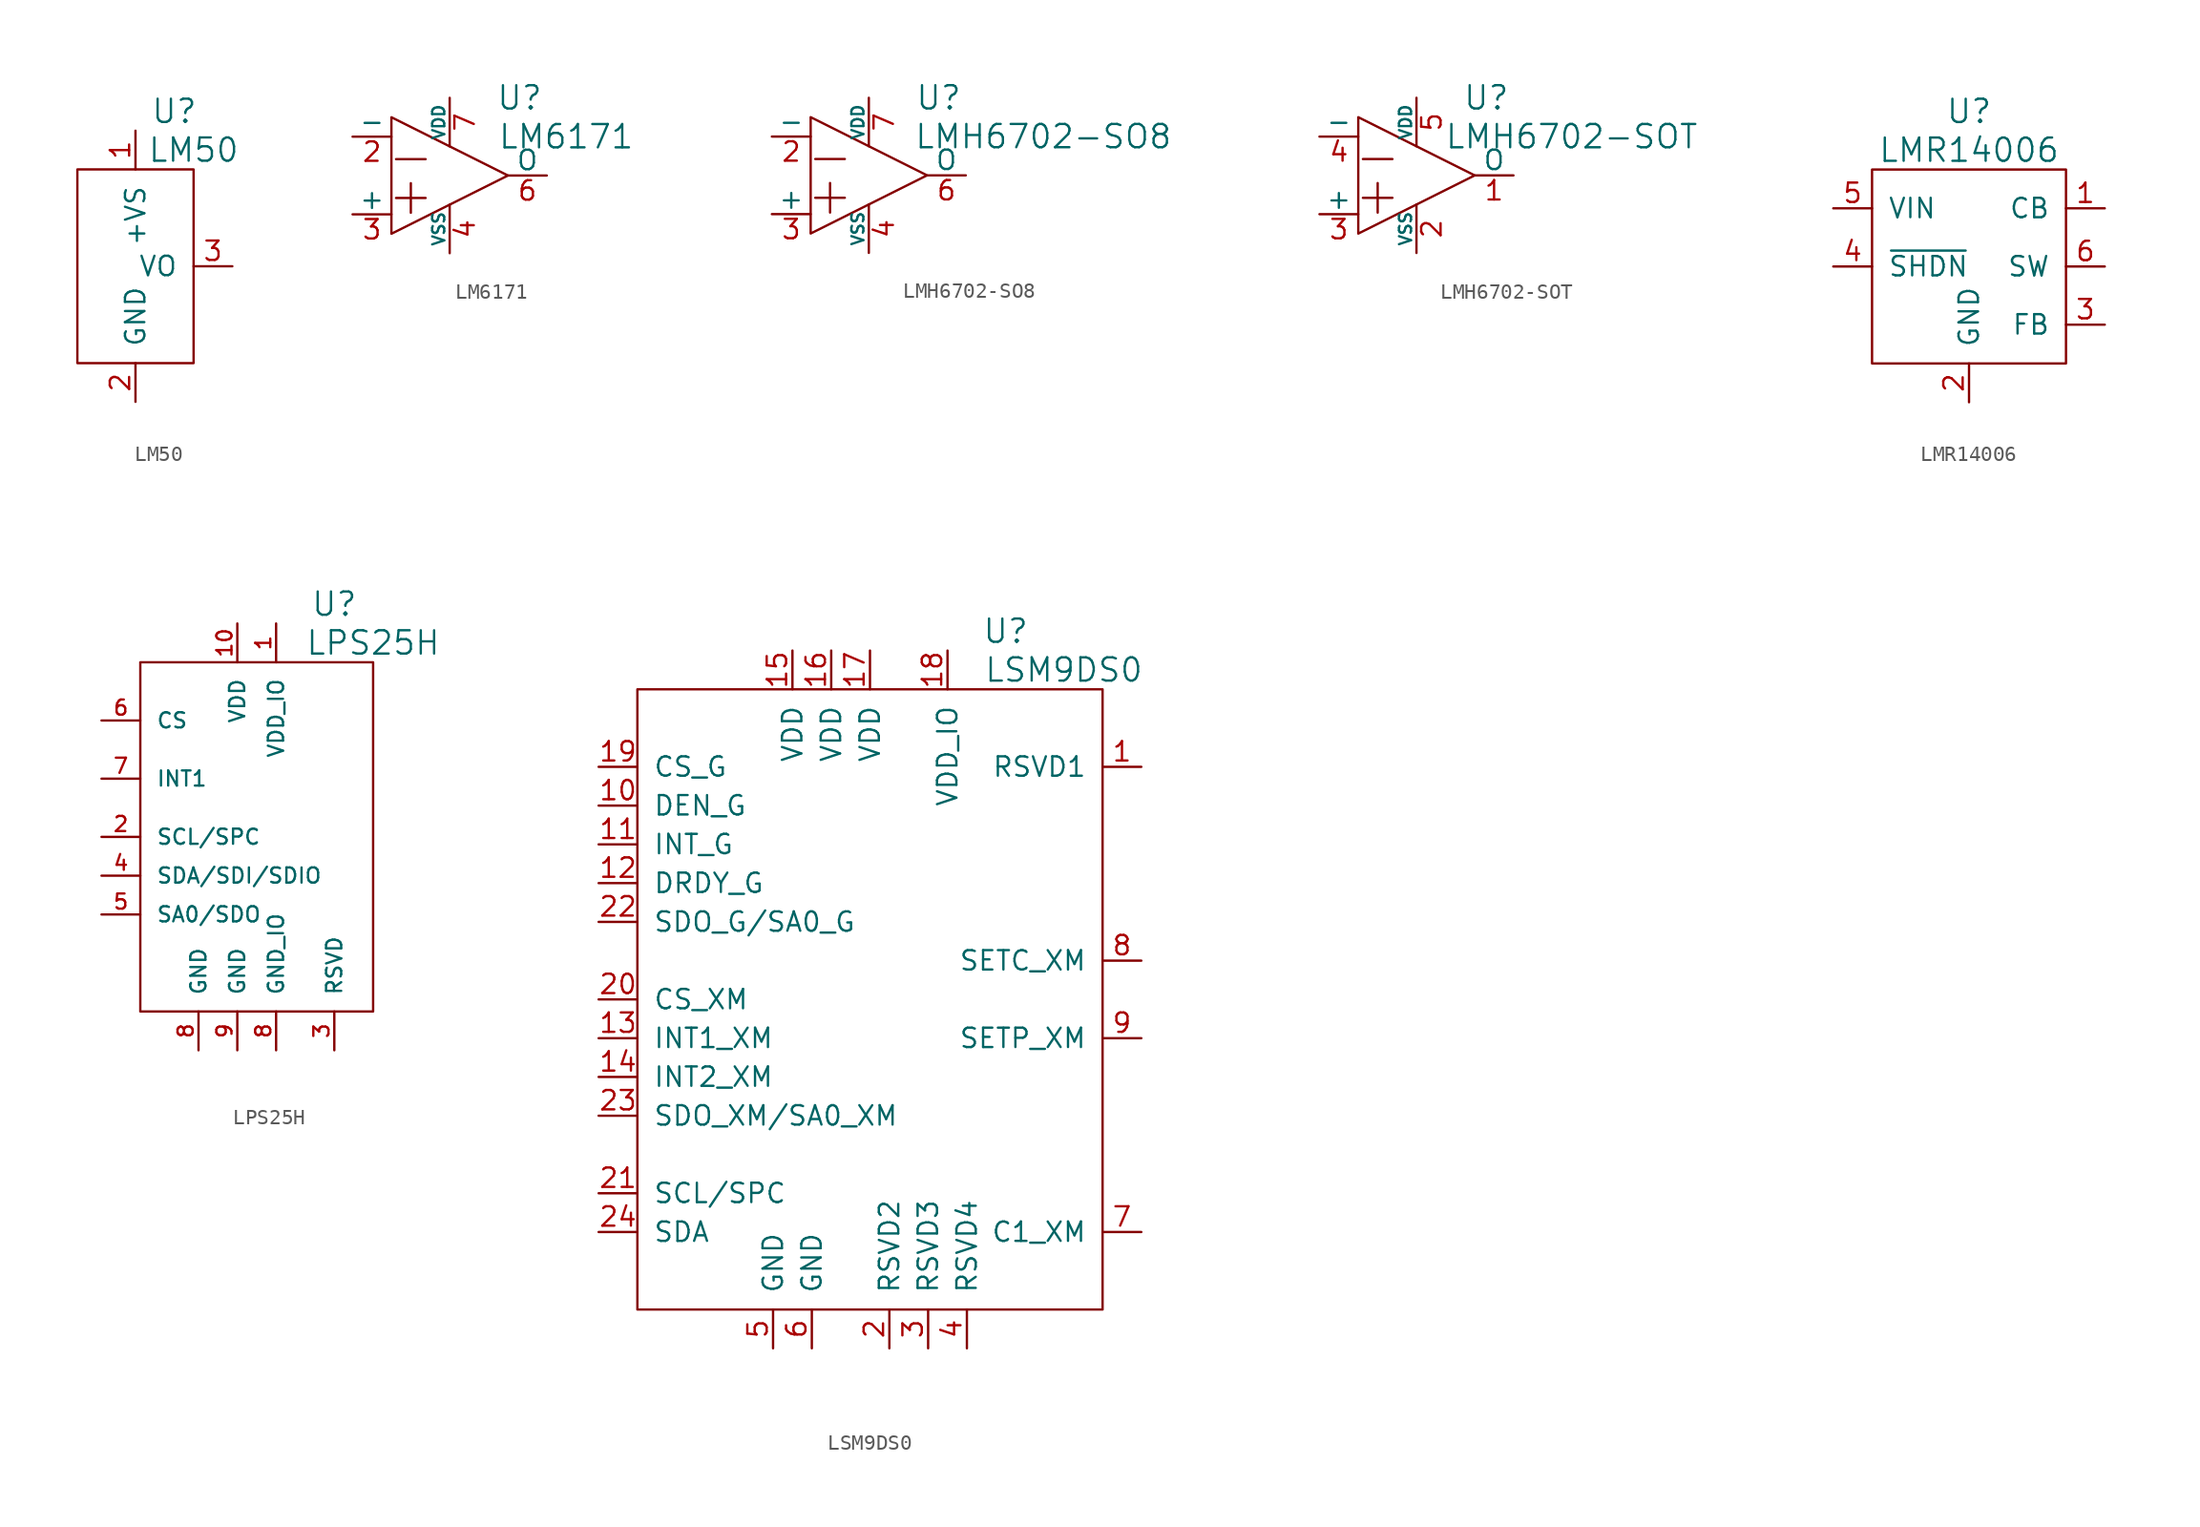
<source format=kicad_sym>
(kicad_symbol_lib
  (version 20220914)
  (generator kicad_symbol_editor)
  (symbol "LM50"
    (pin_names
      (offset 1.016))
    (property "Reference" "U"
      (at 2.54 10.16 0)
      (effects (font (size 1.524 1.524))))
    (property "Value" "LM50"
      (at 3.81 7.62 0)
      (effects (font (size 1.524 1.524))))
    (property "Footprint" ""
      (at 0 0 0)
      (effects (font (size 1.524 1.524))))
    (property "Datasheet" ""
      (at 0 0 0)
      (effects (font (size 1.524 1.524))))
    (symbol "LM50_0_1"
      (rectangle (start -3.81 -6.35) (end 3.81 6.35) (stroke (width 0) (type solid)) (fill (type none))))
    (symbol "LM50_1_1"
      (pin input line (at 0 8.89 270) (length 2.54) (name "+VS" (effects (font (size 1.27 1.27)))) (number "1" (effects (font (size 1.27 1.27)))))
      (pin input line (at 0 -8.89 90) (length 2.54) (name "GND" (effects (font (size 1.27 1.27)))) (number "2" (effects (font (size 1.27 1.27)))))
      (pin input line (at 6.35 0 180) (length 2.54) (name "VO" (effects (font (size 1.27 1.27)))) (number "3" (effects (font (size 1.27 1.27)))))))
  (symbol "LM6171"
    (pin_names
      (offset 0))
    (property "Reference" "U"
      (at 4.572 5.08 0)
      (effects (font (size 1.524 1.524))))
    (property "Value" "LM6171"
      (at 7.62 2.54 0)
      (effects (font (size 1.524 1.524))))
    (property "Footprint" ""
      (at 0 0 0)
      (effects (font (size 1.524 1.524))))
    (property "Datasheet" ""
      (at 0 0 0)
      (effects (font (size 1.524 1.524))))
    (symbol "LM6171_0_0"
      (polyline (pts (xy -3.81 3.81) (xy -3.81 -3.81) (xy 3.81 0) (xy -3.81 3.81) (xy -3.81 3.81)) (stroke (width 0) (type solid)) (fill (type none)))
      (text "+" (at -2.54 -1.27 0) (effects (font (size 2.54 2.54))))
      (text "-" (at -2.54 1.27 0) (effects (font (size 2.54 2.54)))))
    (symbol "LM6171_1_1"
      (pin passive line (at -6.35 2.54 0) (length 2.54) (name "-" (effects (font (size 1.27 1.27)))) (number "2" (effects (font (size 1.27 1.27)))))
      (pin passive line (at -6.35 -2.54 0) (length 2.54) (name "+" (effects (font (size 1.27 1.27)))) (number "3" (effects (font (size 1.27 1.27)))))
      (pin passive line (at 0 -5.08 90) (length 3.175) (name "VSS" (effects (font (size 0.787 0.787)))) (number "4" (effects (font (size 1.27 1.27)))))
      (pin passive line (at 6.35 0 180) (length 2.54) (name "O" (effects (font (size 1.27 1.27)))) (number "6" (effects (font (size 1.27 1.27)))))
      (pin passive line (at 0 5.08 270) (length 3.175) (name "VDD" (effects (font (size 0.787 0.787)))) (number "7" (effects (font (size 1.27 1.27)))))))
  (symbol "LMH6702-SO8"
    (pin_names
      (offset 0))
    (property "Reference" "U"
      (at 4.572 5.08 0)
      (effects (font (size 1.524 1.524))))
    (property "Value" "LMH6702-SO8"
      (at 11.43 2.54 0)
      (effects (font (size 1.524 1.524))))
    (property "Footprint" ""
      (at 0 0 0)
      (effects (font (size 1.524 1.524))))
    (property "Datasheet" ""
      (at 0 0 0)
      (effects (font (size 1.524 1.524))))
    (symbol "LMH6702-SO8_0_0"
      (polyline (pts (xy -3.81 3.81) (xy -3.81 -3.81) (xy 3.81 0) (xy -3.81 3.81) (xy -3.81 3.81)) (stroke (width 0) (type solid)) (fill (type none)))
      (text "+" (at -2.54 -1.27 0) (effects (font (size 2.54 2.54))))
      (text "-" (at -2.54 1.27 0) (effects (font (size 2.54 2.54)))))
    (symbol "LMH6702-SO8_1_1"
      (pin passive line (at -6.35 2.54 0) (length 2.54) (name "-" (effects (font (size 1.27 1.27)))) (number "2" (effects (font (size 1.27 1.27)))))
      (pin passive line (at -6.35 -2.54 0) (length 2.54) (name "+" (effects (font (size 1.27 1.27)))) (number "3" (effects (font (size 1.27 1.27)))))
      (pin passive line (at 0 -5.08 90) (length 3.175) (name "VSS" (effects (font (size 0.787 0.787)))) (number "4" (effects (font (size 1.27 1.27)))))
      (pin passive line (at 6.35 0 180) (length 2.54) (name "O" (effects (font (size 1.27 1.27)))) (number "6" (effects (font (size 1.27 1.27)))))
      (pin passive line (at 0 5.08 270) (length 3.175) (name "VDD" (effects (font (size 0.787 0.787)))) (number "7" (effects (font (size 1.27 1.27)))))))
  (symbol "LMH6702-SOT"
    (pin_names
      (offset 0))
    (property "Reference" "U"
      (at 4.572 5.08 0)
      (effects (font (size 1.524 1.524))))
    (property "Value" "LMH6702-SOT"
      (at 10.16 2.54 0)
      (effects (font (size 1.524 1.524))))
    (property "Footprint" ""
      (at 0 0 0)
      (effects (font (size 1.524 1.524))))
    (property "Datasheet" ""
      (at 0 0 0)
      (effects (font (size 1.524 1.524))))
    (symbol "LMH6702-SOT_0_0"
      (polyline (pts (xy -3.81 3.81) (xy -3.81 -3.81) (xy 3.81 0) (xy -3.81 3.81) (xy -3.81 3.81)) (stroke (width 0) (type solid)) (fill (type none)))
      (text "+" (at -2.54 -1.27 0) (effects (font (size 2.54 2.54))))
      (text "-" (at -2.54 1.27 0) (effects (font (size 2.54 2.54)))))
    (symbol "LMH6702-SOT_1_1"
      (pin passive line (at 6.35 0 180) (length 2.54) (name "O" (effects (font (size 1.27 1.27)))) (number "1" (effects (font (size 1.27 1.27)))))
      (pin passive line (at 0 -5.08 90) (length 3.175) (name "VSS" (effects (font (size 0.787 0.787)))) (number "2" (effects (font (size 1.27 1.27)))))
      (pin passive line (at -6.35 -2.54 0) (length 2.54) (name "+" (effects (font (size 1.27 1.27)))) (number "3" (effects (font (size 1.27 1.27)))))
      (pin passive line (at -6.35 2.54 0) (length 2.54) (name "-" (effects (font (size 1.27 1.27)))) (number "4" (effects (font (size 1.27 1.27)))))
      (pin passive line (at 0 5.08 270) (length 3.175) (name "VDD" (effects (font (size 0.787 0.787)))) (number "5" (effects (font (size 1.27 1.27)))))))
  (symbol "LMR14006"
    (pin_names
      (offset 1.016))
    (property "Reference" "U"
      (at 0 10.16 0)
      (effects (font (size 1.524 1.524))))
    (property "Value" "LMR14006"
      (at 0 7.62 0)
      (effects (font (size 1.524 1.524))))
    (property "Footprint" ""
      (at 0 0 0)
      (effects (font (size 1.524 1.524))))
    (property "Datasheet" ""
      (at 0 0 0)
      (effects (font (size 1.524 1.524))))
    (symbol "LMR14006_0_1"
      (rectangle (start -6.35 6.35) (end 6.35 -6.35) (stroke (width 0) (type solid)) (fill (type none))))
    (symbol "LMR14006_1_1"
      (pin passive line (at 8.89 3.81 180) (length 2.54) (name "CB" (effects (font (size 1.27 1.27)))) (number "1" (effects (font (size 1.27 1.27)))))
      (pin passive line (at 0 -8.89 90) (length 2.54) (name "GND" (effects (font (size 1.27 1.27)))) (number "2" (effects (font (size 1.27 1.27)))))
      (pin passive line (at 8.89 -3.81 180) (length 2.54) (name "FB" (effects (font (size 1.27 1.27)))) (number "3" (effects (font (size 1.27 1.27)))))
      (pin passive line (at -8.89 0 0) (length 2.54) (name "~{SHDN}" (effects (font (size 1.27 1.27)))) (number "4" (effects (font (size 1.27 1.27)))))
      (pin passive line (at -8.89 3.81 0) (length 2.54) (name "VIN" (effects (font (size 1.27 1.27)))) (number "5" (effects (font (size 1.27 1.27)))))
      (pin passive line (at 8.89 0 180) (length 2.54) (name "SW" (effects (font (size 1.27 1.27)))) (number "6" (effects (font (size 1.27 1.27)))))))
  (symbol "LPS25H"
    (pin_names
      (offset 1.016))
    (property "Reference" "U"
      (at 5.08 15.24 0)
      (effects (font (size 1.524 1.524))))
    (property "Value" "LPS25H"
      (at 7.62 12.7 0)
      (effects (font (size 1.524 1.524))))
    (property "Footprint" ""
      (at 1.27 0 0)
      (effects (font (size 1.524 1.524))))
    (property "Datasheet" ""
      (at 0 0 0)
      (effects (font (size 1.524 1.524))))
    (symbol "LPS25H_0_1"
      (rectangle (start -7.62 11.43) (end 7.62 -11.43) (stroke (width 0) (type solid)) (fill (type none))))
    (symbol "LPS25H_1_1"
      (pin passive line (at 1.27 13.97 270) (length 2.54) (name "VDD_IO" (effects (font (size 0.991 0.991)))) (number "1" (effects (font (size 0.991 0.991)))))
      (pin passive line (at -1.27 13.97 270) (length 2.54) (name "VDD" (effects (font (size 0.991 0.991)))) (number "10" (effects (font (size 0.991 0.991)))))
      (pin passive line (at -10.16 0 0) (length 2.54) (name "SCL/SPC" (effects (font (size 0.991 0.991)))) (number "2" (effects (font (size 0.991 0.991)))))
      (pin passive line (at 5.08 -13.97 90) (length 2.54) (name "RSVD" (effects (font (size 0.991 0.991)))) (number "3" (effects (font (size 0.991 0.991)))))
      (pin passive line (at -10.16 -2.54 0) (length 2.54) (name "SDA/SDI/SDIO" (effects (font (size 0.991 0.991)))) (number "4" (effects (font (size 0.991 0.991)))))
      (pin passive line (at -10.16 -5.08 0) (length 2.54) (name "SA0/SDO" (effects (font (size 0.991 0.991)))) (number "5" (effects (font (size 0.991 0.991)))))
      (pin passive line (at -10.16 7.62 0) (length 2.54) (name "CS" (effects (font (size 0.991 0.991)))) (number "6" (effects (font (size 0.991 0.991)))))
      (pin passive line (at -10.16 3.81 0) (length 2.54) (name "INT1" (effects (font (size 0.991 0.991)))) (number "7" (effects (font (size 0.991 0.991)))))
      (pin passive line (at -3.81 -13.97 90) (length 2.54) (name "GND" (effects (font (size 0.991 0.991)))) (number "8" (effects (font (size 0.991 0.991)))))
      (pin passive line (at 1.27 -13.97 90) (length 2.54) (name "GND_IO" (effects (font (size 0.991 0.991)))) (number "8" (effects (font (size 0.991 0.991)))))
      (pin passive line (at -1.27 -13.97 90) (length 2.54) (name "GND" (effects (font (size 0.991 0.991)))) (number "9" (effects (font (size 0.991 0.991)))))))
  (symbol "LSM9DS0"
    (pin_names
      (offset 1.016))
    (property "Reference" "U"
      (at 8.89 24.13 0)
      (effects (font (size 1.524 1.524))))
    (property "Value" "LSM9DS0"
      (at 12.7 21.59 0)
      (effects (font (size 1.524 1.524))))
    (property "Footprint" ""
      (at 0 3.81 0)
      (effects (font (size 1.524 1.524))))
    (property "Datasheet" ""
      (at 0 0 0)
      (effects (font (size 1.524 1.524))))
    (symbol "LSM9DS0_0_1"
      (rectangle (start 15.24 -20.32) (end -15.24 20.32) (stroke (width 0) (type solid)) (fill (type none))))
    (symbol "LSM9DS0_1_1"
      (pin passive line (at 17.78 15.24 180) (length 2.54) (name "RSVD1" (effects (font (size 1.27 1.27)))) (number "1" (effects (font (size 1.27 1.27)))))
      (pin passive line (at -17.78 12.7 0) (length 2.54) (name "DEN_G" (effects (font (size 1.27 1.27)))) (number "10" (effects (font (size 1.27 1.27)))))
      (pin passive line (at -17.78 10.16 0) (length 2.54) (name "INT_G" (effects (font (size 1.27 1.27)))) (number "11" (effects (font (size 1.27 1.27)))))
      (pin passive line (at -17.78 7.62 0) (length 2.54) (name "DRDY_G" (effects (font (size 1.27 1.27)))) (number "12" (effects (font (size 1.27 1.27)))))
      (pin passive line (at -17.78 -2.54 0) (length 2.54) (name "INT1_XM" (effects (font (size 1.27 1.27)))) (number "13" (effects (font (size 1.27 1.27)))))
      (pin passive line (at -17.78 -5.08 0) (length 2.54) (name "INT2_XM" (effects (font (size 1.27 1.27)))) (number "14" (effects (font (size 1.27 1.27)))))
      (pin passive line (at -5.08 22.86 270) (length 2.54) (name "VDD" (effects (font (size 1.27 1.27)))) (number "15" (effects (font (size 1.27 1.27)))))
      (pin passive line (at -2.54 22.86 270) (length 2.54) (name "VDD" (effects (font (size 1.27 1.27)))) (number "16" (effects (font (size 1.27 1.27)))))
      (pin passive line (at 0 22.86 270) (length 2.54) (name "VDD" (effects (font (size 1.27 1.27)))) (number "17" (effects (font (size 1.27 1.27)))))
      (pin passive line (at 5.08 22.86 270) (length 2.54) (name "VDD_IO" (effects (font (size 1.27 1.27)))) (number "18" (effects (font (size 1.27 1.27)))))
      (pin passive line (at -17.78 15.24 0) (length 2.54) (name "CS_G" (effects (font (size 1.27 1.27)))) (number "19" (effects (font (size 1.27 1.27)))))
      (pin passive line (at 1.27 -22.86 90) (length 2.54) (name "RSVD2" (effects (font (size 1.27 1.27)))) (number "2" (effects (font (size 1.27 1.27)))))
      (pin passive line (at -17.78 0 0) (length 2.54) (name "CS_XM" (effects (font (size 1.27 1.27)))) (number "20" (effects (font (size 1.27 1.27)))))
      (pin passive line (at -17.78 -12.7 0) (length 2.54) (name "SCL/SPC" (effects (font (size 1.27 1.27)))) (number "21" (effects (font (size 1.27 1.27)))))
      (pin passive line (at -17.78 5.08 0) (length 2.54) (name "SDO_G/SA0_G" (effects (font (size 1.27 1.27)))) (number "22" (effects (font (size 1.27 1.27)))))
      (pin passive line (at -17.78 -7.62 0) (length 2.54) (name "SDO_XM/SA0_XM" (effects (font (size 1.27 1.27)))) (number "23" (effects (font (size 1.27 1.27)))))
      (pin passive line (at -17.78 -15.24 0) (length 2.54) (name "SDA" (effects (font (size 1.27 1.27)))) (number "24" (effects (font (size 1.27 1.27)))))
      (pin passive line (at 3.81 -22.86 90) (length 2.54) (name "RSVD3" (effects (font (size 1.27 1.27)))) (number "3" (effects (font (size 1.27 1.27)))))
      (pin passive line (at 6.35 -22.86 90) (length 2.54) (name "RSVD4" (effects (font (size 1.27 1.27)))) (number "4" (effects (font (size 1.27 1.27)))))
      (pin passive line (at -6.35 -22.86 90) (length 2.54) (name "GND" (effects (font (size 1.27 1.27)))) (number "5" (effects (font (size 1.27 1.27)))))
      (pin passive line (at -3.81 -22.86 90) (length 2.54) (name "GND" (effects (font (size 1.27 1.27)))) (number "6" (effects (font (size 1.27 1.27)))))
      (pin passive line (at 17.78 -15.24 180) (length 2.54) (name "C1_XM" (effects (font (size 1.27 1.27)))) (number "7" (effects (font (size 1.27 1.27)))))
      (pin passive line (at 17.78 2.54 180) (length 2.54) (name "SETC_XM" (effects (font (size 1.27 1.27)))) (number "8" (effects (font (size 1.27 1.27)))))
      (pin passive line (at 17.78 -2.54 180) (length 2.54) (name "SETP_XM" (effects (font (size 1.27 1.27)))) (number "9" (effects (font (size 1.27 1.27))))))))
</source>
